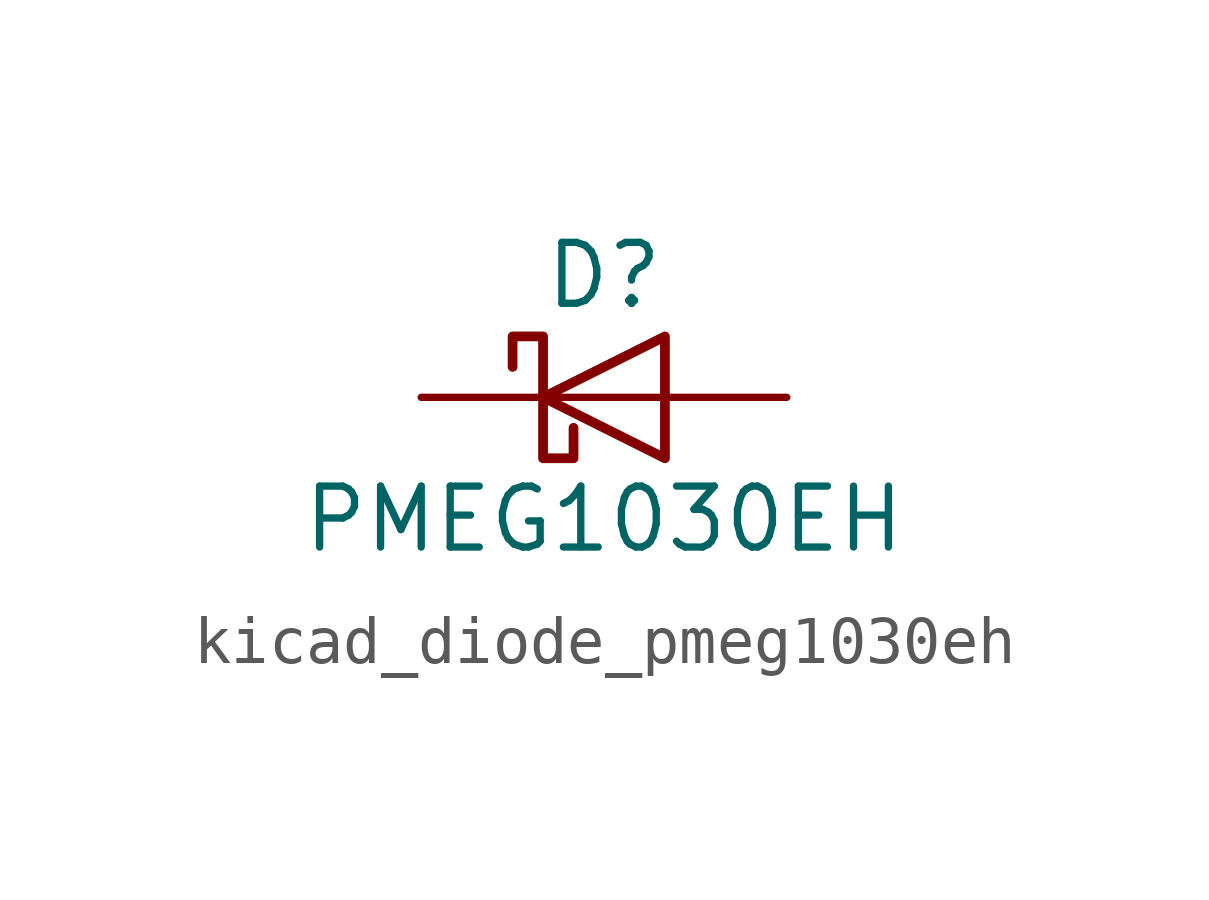
<source format=kicad_sym>
(kicad_symbol_lib
  (version 20220914)
  (generator kicad_symbol_editor)
  (symbol "kicad_diode_pmeg1030eh"
    (pin_numbers hide)
    (pin_names hide)
    (property "Reference" "D"
      (at 0 2.54 0)
      (effects (font (size 1.27 1.27))))
    (property "Value" "PMEG1030EH"
      (at 0 -2.54 0)
      (effects (font (size 1.27 1.27))))
    (symbol "kicad_diode_pmeg1030eh_0_1"
      (polyline (pts (xy 1.27 0) (xy -1.27 0)) (stroke (width 0) (type default)) (fill (type none)))
      (polyline (pts (xy 1.27 1.27) (xy 1.27 -1.27) (xy -1.27 0) (xy 1.27 1.27)) (stroke (width 0.203) (type default)) (fill (type none)))
      (polyline (pts (xy -1.905 0.635) (xy -1.905 1.27) (xy -1.27 1.27) (xy -1.27 -1.27) (xy -0.635 -1.27) (xy -0.635 -0.635)) (stroke (width 0.203) (type default)) (fill (type none))))
    (symbol "kicad_diode_pmeg1030eh_1_1"
      (pin passive line (at -3.81 0 0) (length 2.54) (name "K" (effects (font (size 1.27 1.27)))) (number "1" (effects (font (size 1.27 1.27)))))
      (pin passive line (at 3.81 0 180) (length 2.54) (name "A" (effects (font (size 1.27 1.27)))) (number "2" (effects (font (size 1.27 1.27))))))))
</source>
